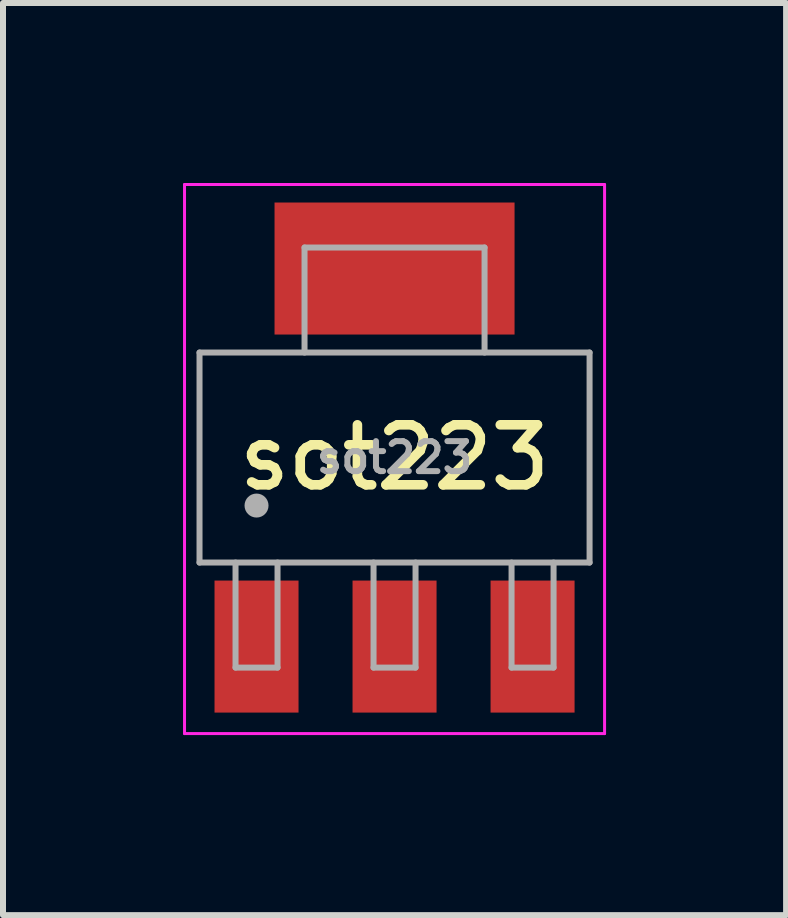
<source format=kicad_pcb>
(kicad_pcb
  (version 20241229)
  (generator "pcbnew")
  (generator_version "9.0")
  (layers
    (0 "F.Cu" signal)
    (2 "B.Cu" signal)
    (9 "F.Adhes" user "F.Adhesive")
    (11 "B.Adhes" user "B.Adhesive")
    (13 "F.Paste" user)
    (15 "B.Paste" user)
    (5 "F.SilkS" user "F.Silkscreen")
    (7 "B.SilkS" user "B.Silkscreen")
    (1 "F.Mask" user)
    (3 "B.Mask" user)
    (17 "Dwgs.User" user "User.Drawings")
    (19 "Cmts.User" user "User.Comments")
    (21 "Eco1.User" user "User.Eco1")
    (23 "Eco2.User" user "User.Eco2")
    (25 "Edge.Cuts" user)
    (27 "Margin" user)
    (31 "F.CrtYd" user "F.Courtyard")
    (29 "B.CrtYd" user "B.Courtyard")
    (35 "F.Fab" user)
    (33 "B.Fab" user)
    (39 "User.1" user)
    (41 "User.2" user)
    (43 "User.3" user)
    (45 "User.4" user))
  (footprint "sot223"
    (layer "F.Cu")
    (at 3.525 4.575)
    (property "Reference" "sot223" (at 0 0 0) (layer "F.SilkS") (effects (font (size 1 1) (thickness 0.16))))
    (attr smd)
    (fp_line (start -3.5 -4.55) (end 3.5 -4.55) (stroke (width 0.05) (type solid)) (layer "F.CrtYd"))
    (fp_line (start -3.5 4.6) (end -3.5 -4.55) (stroke (width 0.05) (type solid)) (layer "F.CrtYd"))
    (fp_line (start 3.5 -4.55) (end 3.5 4.6) (stroke (width 0.05) (type solid)) (layer "F.CrtYd"))
    (fp_line (start 3.5 4.6) (end -3.5 4.6) (stroke (width 0.05) (type solid)) (layer "F.CrtYd"))
    (fp_line (start -3.25 -1.75) (end 3.25 -1.75) (stroke (width 0.1) (type solid)) (layer "F.Fab"))
    (fp_line (start -3.25 1.75) (end -3.25 -1.75) (stroke (width 0.1) (type solid)) (layer "F.Fab"))
    (fp_line (start -2.65 1.75) (end -2.65 3.5) (stroke (width 0.1) (type solid)) (layer "F.Fab"))
    (fp_line (start -2.65 3.5) (end -1.95 3.5) (stroke (width 0.1) (type solid)) (layer "F.Fab"))
    (fp_line (start -1.95 3.5) (end -1.95 1.75) (stroke (width 0.1) (type solid)) (layer "F.Fab"))
    (fp_line (start -1.5 -3.5) (end 1.5 -3.5) (stroke (width 0.1) (type solid)) (layer "F.Fab"))
    (fp_line (start -1.5 -1.75) (end -1.5 -3.5) (stroke (width 0.1) (type solid)) (layer "F.Fab"))
    (fp_line (start -0.35 1.75) (end -0.35 3.5) (stroke (width 0.1) (type solid)) (layer "F.Fab"))
    (fp_line (start -0.35 3.5) (end 0.35 3.5) (stroke (width 0.1) (type solid)) (layer "F.Fab"))
    (fp_line (start 0.35 3.5) (end 0.35 1.75) (stroke (width 0.1) (type solid)) (layer "F.Fab"))
    (fp_line (start 1.5 -3.5) (end 1.5 -1.75) (stroke (width 0.1) (type solid)) (layer "F.Fab"))
    (fp_line (start 1.95 1.75) (end 1.95 3.5) (stroke (width 0.1) (type solid)) (layer "F.Fab"))
    (fp_line (start 1.95 3.5) (end 2.65 3.5) (stroke (width 0.1) (type solid)) (layer "F.Fab"))
    (fp_line (start 2.65 3.5) (end 2.65 1.75) (stroke (width 0.1) (type solid)) (layer "F.Fab"))
    (fp_line (start 3.25 -1.75) (end 3.25 1.75) (stroke (width 0.1) (type solid)) (layer "F.Fab"))
    (fp_line (start 3.25 1.75) (end -3.25 1.75) (stroke (width 0.1) (type solid)) (layer "F.Fab"))
    (fp_circle (center -2.3 0.8) (end -2.2 0.8) (stroke (width 0.2) (type solid)) (fill no) (layer "F.Fab"))
    (fp_text user "${REFERENCE}" (at 0 0 0) (layer "F.Fab") (effects (font (size 0.5 0.5) (thickness 0.1))))
    (pad "1" smd rect (at -2.3 3.15) (size 1.4 2.2) (layers "F.Cu" "F.Mask" "F.Paste"))
    (pad "2" smd rect (at 0 -3.15) (size 4 2.2) (layers "F.Cu" "F.Mask" "F.Paste"))
    (pad "2" smd rect (at 0 3.15) (size 1.4 2.2) (layers "F.Cu" "F.Mask" "F.Paste"))
    (pad "3" smd rect (at 2.3 3.15) (size 1.4 2.2) (layers "F.Cu" "F.Mask" "F.Paste")))
  (gr_rect
    (start -3 -3)
    (end 10.05 12.2)
    (stroke (width 0.1) (type default))
    (fill no)
    (layer "Edge.Cuts")))
</source>
